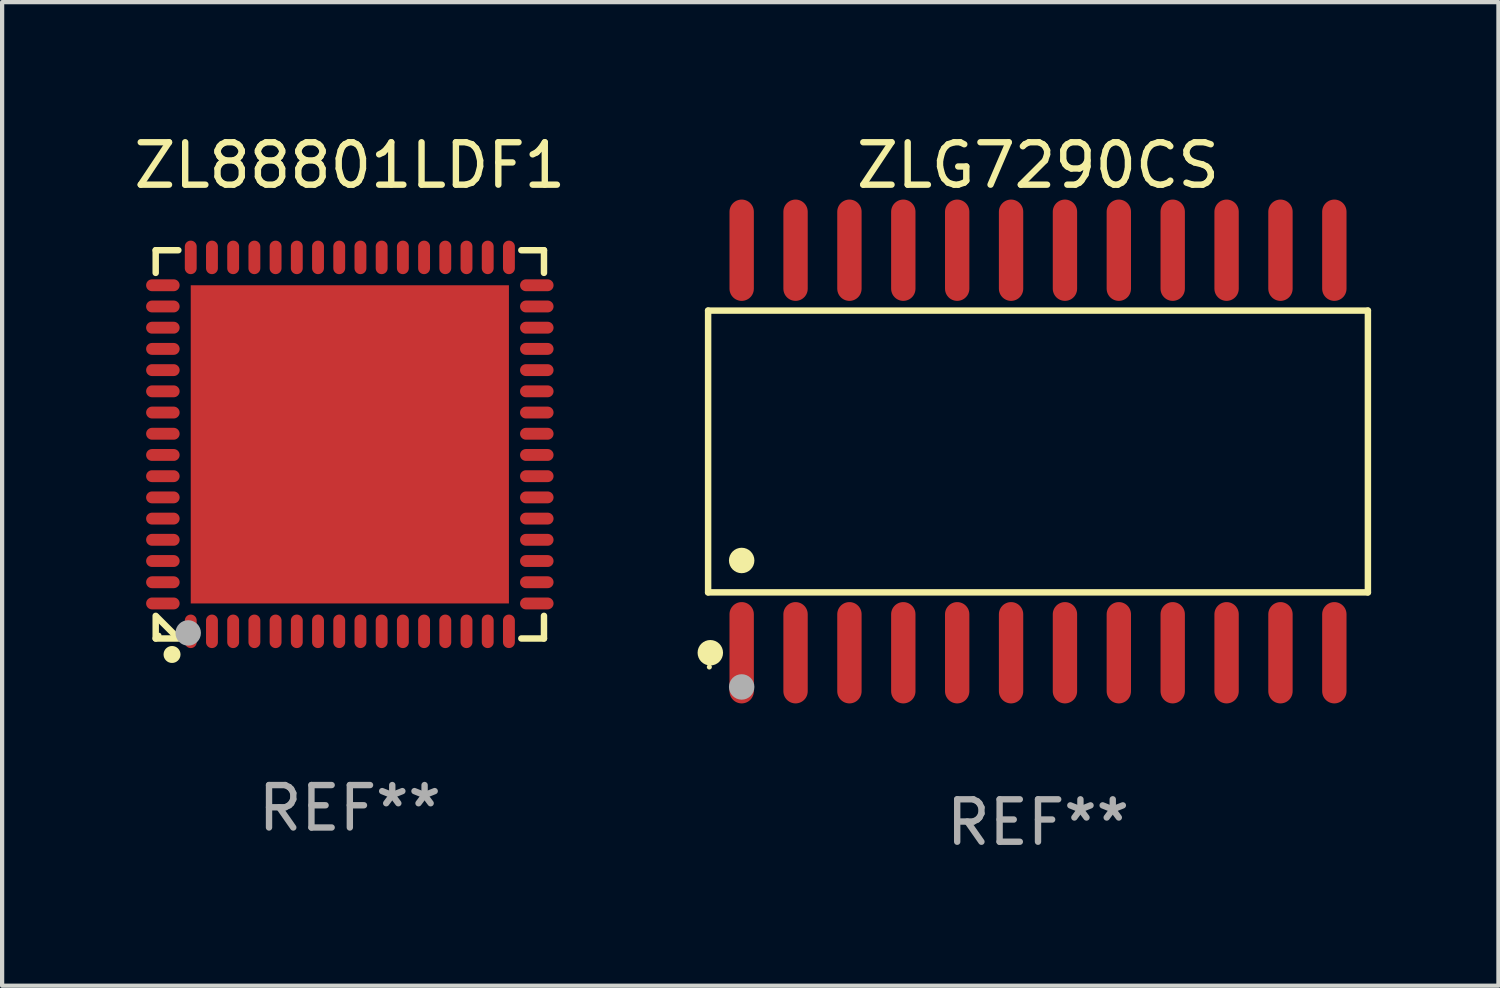
<source format=kicad_pcb>
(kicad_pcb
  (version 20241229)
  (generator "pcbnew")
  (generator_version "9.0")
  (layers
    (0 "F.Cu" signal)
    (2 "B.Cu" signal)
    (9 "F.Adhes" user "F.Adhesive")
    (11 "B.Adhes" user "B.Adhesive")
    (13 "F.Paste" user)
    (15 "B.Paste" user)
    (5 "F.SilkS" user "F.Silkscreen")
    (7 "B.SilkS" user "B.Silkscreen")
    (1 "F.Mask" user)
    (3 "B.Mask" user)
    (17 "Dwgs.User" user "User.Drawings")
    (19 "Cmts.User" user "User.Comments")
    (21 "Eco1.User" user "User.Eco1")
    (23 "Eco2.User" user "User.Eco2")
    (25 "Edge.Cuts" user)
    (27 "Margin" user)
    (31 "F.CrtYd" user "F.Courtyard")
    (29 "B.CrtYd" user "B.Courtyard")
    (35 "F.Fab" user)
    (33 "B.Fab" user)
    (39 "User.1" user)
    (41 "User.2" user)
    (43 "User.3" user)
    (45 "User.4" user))
  (footprint "ZL88801LDF1"
    (layer "F.Cu")
    (at 5.196 7.424)
    (property "Reference" "ZL88801LDF1" (at 0 -6.576 0) (layer "F.SilkS") (effects (font (size 1 1) (thickness 0.15))))
    (attr through_hole)
    (fp_line (start -4.576 -4.576) (end -4.576 -4.042) (stroke (width 0.152) (type solid)) (layer "F.SilkS"))
    (fp_line (start -4.576 4.576) (end -4.576 4.042) (stroke (width 0.152) (type solid)) (layer "F.SilkS"))
    (fp_line (start -4.069 4.549) (end -4.549 4.069) (stroke (width 0.152) (type solid)) (layer "F.SilkS"))
    (fp_line (start -4.042 -4.576) (end -4.576 -4.576) (stroke (width 0.152) (type solid)) (layer "F.SilkS"))
    (fp_line (start -4.042 4.576) (end -4.576 4.576) (stroke (width 0.152) (type solid)) (layer "F.SilkS"))
    (fp_line (start 4.042 -4.576) (end 4.576 -4.576) (stroke (width 0.152) (type solid)) (layer "F.SilkS"))
    (fp_line (start 4.042 4.576) (end 4.576 4.576) (stroke (width 0.152) (type solid)) (layer "F.SilkS"))
    (fp_line (start 4.576 -4.576) (end 4.576 -4.042) (stroke (width 0.152) (type solid)) (layer "F.SilkS"))
    (fp_line (start 4.576 4.576) (end 4.576 4.042) (stroke (width 0.152) (type solid)) (layer "F.SilkS"))
    (fp_circle (center -4.5 4.5) (end -4.47 4.5) (stroke (width 0.06) (type solid)) (fill no) (layer "F.SilkS"))
    (fp_circle (center -4.191 4.953) (end -4.091 4.953) (stroke (width 0.2) (type solid)) (fill no) (layer "F.SilkS"))
    (fp_circle (center -3.81 4.445) (end -3.66 4.445) (stroke (width 0.3) (type solid)) (fill no) (layer "F.Fab"))
    (fp_text user "REF**" (at 0 8.576 0) (layer "F.Fab") (effects (font (size 1 1) (thickness 0.15))))
    (pad "1" smd oval (at -3.75 4.407) (size 0.28 0.79) (layers "F.Cu" "F.Mask" "F.Paste"))
    (pad "2" smd oval (at -3.25 4.407) (size 0.28 0.79) (layers "F.Cu" "F.Mask" "F.Paste"))
    (pad "3" smd oval (at -2.75 4.407) (size 0.28 0.79) (layers "F.Cu" "F.Mask" "F.Paste"))
    (pad "4" smd oval (at -2.25 4.407) (size 0.28 0.79) (layers "F.Cu" "F.Mask" "F.Paste"))
    (pad "5" smd oval (at -1.75 4.407) (size 0.28 0.79) (layers "F.Cu" "F.Mask" "F.Paste"))
    (pad "6" smd oval (at -1.25 4.407) (size 0.28 0.79) (layers "F.Cu" "F.Mask" "F.Paste"))
    (pad "7" smd oval (at -0.75 4.407) (size 0.28 0.79) (layers "F.Cu" "F.Mask" "F.Paste"))
    (pad "8" smd oval (at -0.25 4.407) (size 0.28 0.79) (layers "F.Cu" "F.Mask" "F.Paste"))
    (pad "9" smd oval (at 0.25 4.407) (size 0.28 0.79) (layers "F.Cu" "F.Mask" "F.Paste"))
    (pad "10" smd oval (at 0.75 4.407) (size 0.28 0.79) (layers "F.Cu" "F.Mask" "F.Paste"))
    (pad "11" smd oval (at 1.25 4.407) (size 0.28 0.79) (layers "F.Cu" "F.Mask" "F.Paste"))
    (pad "12" smd oval (at 1.75 4.407) (size 0.28 0.79) (layers "F.Cu" "F.Mask" "F.Paste"))
    (pad "13" smd oval (at 2.25 4.407) (size 0.28 0.79) (layers "F.Cu" "F.Mask" "F.Paste"))
    (pad "14" smd oval (at 2.75 4.407) (size 0.28 0.79) (layers "F.Cu" "F.Mask" "F.Paste"))
    (pad "15" smd oval (at 3.25 4.407) (size 0.28 0.79) (layers "F.Cu" "F.Mask" "F.Paste"))
    (pad "16" smd oval (at 3.75 4.407) (size 0.28 0.79) (layers "F.Cu" "F.Mask" "F.Paste"))
    (pad "17" smd oval (at 4.407 3.75) (size 0.79 0.28) (layers "F.Cu" "F.Mask" "F.Paste"))
    (pad "18" smd oval (at 4.407 3.25) (size 0.79 0.28) (layers "F.Cu" "F.Mask" "F.Paste"))
    (pad "19" smd oval (at 4.407 2.75) (size 0.79 0.28) (layers "F.Cu" "F.Mask" "F.Paste"))
    (pad "20" smd oval (at 4.407 2.25) (size 0.79 0.28) (layers "F.Cu" "F.Mask" "F.Paste"))
    (pad "21" smd oval (at 4.407 1.75) (size 0.79 0.28) (layers "F.Cu" "F.Mask" "F.Paste"))
    (pad "22" smd oval (at 4.407 1.25) (size 0.79 0.28) (layers "F.Cu" "F.Mask" "F.Paste"))
    (pad "23" smd oval (at 4.407 0.75) (size 0.79 0.28) (layers "F.Cu" "F.Mask" "F.Paste"))
    (pad "24" smd oval (at 4.407 0.25) (size 0.79 0.28) (layers "F.Cu" "F.Mask" "F.Paste"))
    (pad "25" smd oval (at 4.407 -0.25) (size 0.79 0.28) (layers "F.Cu" "F.Mask" "F.Paste"))
    (pad "26" smd oval (at 4.407 -0.75) (size 0.79 0.28) (layers "F.Cu" "F.Mask" "F.Paste"))
    (pad "27" smd oval (at 4.407 -1.25) (size 0.79 0.28) (layers "F.Cu" "F.Mask" "F.Paste"))
    (pad "28" smd oval (at 4.407 -1.75) (size 0.79 0.28) (layers "F.Cu" "F.Mask" "F.Paste"))
    (pad "29" smd oval (at 4.407 -2.25) (size 0.79 0.28) (layers "F.Cu" "F.Mask" "F.Paste"))
    (pad "30" smd oval (at 4.407 -2.75) (size 0.79 0.28) (layers "F.Cu" "F.Mask" "F.Paste"))
    (pad "31" smd oval (at 4.407 -3.25) (size 0.79 0.28) (layers "F.Cu" "F.Mask" "F.Paste"))
    (pad "32" smd oval (at 4.407 -3.75) (size 0.79 0.28) (layers "F.Cu" "F.Mask" "F.Paste"))
    (pad "33" smd oval (at 3.75 -4.407) (size 0.28 0.79) (layers "F.Cu" "F.Mask" "F.Paste"))
    (pad "34" smd oval (at 3.25 -4.407) (size 0.28 0.79) (layers "F.Cu" "F.Mask" "F.Paste"))
    (pad "35" smd oval (at 2.75 -4.407) (size 0.28 0.79) (layers "F.Cu" "F.Mask" "F.Paste"))
    (pad "36" smd oval (at 2.25 -4.407) (size 0.28 0.79) (layers "F.Cu" "F.Mask" "F.Paste"))
    (pad "37" smd oval (at 1.75 -4.407) (size 0.28 0.79) (layers "F.Cu" "F.Mask" "F.Paste"))
    (pad "38" smd oval (at 1.25 -4.407) (size 0.28 0.79) (layers "F.Cu" "F.Mask" "F.Paste"))
    (pad "39" smd oval (at 0.75 -4.407) (size 0.28 0.79) (layers "F.Cu" "F.Mask" "F.Paste"))
    (pad "40" smd oval (at 0.25 -4.407) (size 0.28 0.79) (layers "F.Cu" "F.Mask" "F.Paste"))
    (pad "41" smd oval (at -0.25 -4.407) (size 0.28 0.79) (layers "F.Cu" "F.Mask" "F.Paste"))
    (pad "42" smd oval (at -0.75 -4.407) (size 0.28 0.79) (layers "F.Cu" "F.Mask" "F.Paste"))
    (pad "43" smd oval (at -1.25 -4.407) (size 0.28 0.79) (layers "F.Cu" "F.Mask" "F.Paste"))
    (pad "44" smd oval (at -1.75 -4.407) (size 0.28 0.79) (layers "F.Cu" "F.Mask" "F.Paste"))
    (pad "45" smd oval (at -2.25 -4.407) (size 0.28 0.79) (layers "F.Cu" "F.Mask" "F.Paste"))
    (pad "46" smd oval (at -2.75 -4.407) (size 0.28 0.79) (layers "F.Cu" "F.Mask" "F.Paste"))
    (pad "47" smd oval (at -3.25 -4.407) (size 0.28 0.79) (layers "F.Cu" "F.Mask" "F.Paste"))
    (pad "48" smd oval (at -3.75 -4.407) (size 0.28 0.79) (layers "F.Cu" "F.Mask" "F.Paste"))
    (pad "49" smd oval (at -4.407 -3.75) (size 0.79 0.28) (layers "F.Cu" "F.Mask" "F.Paste"))
    (pad "50" smd oval (at -4.407 -3.25) (size 0.79 0.28) (layers "F.Cu" "F.Mask" "F.Paste"))
    (pad "51" smd oval (at -4.407 -2.75) (size 0.79 0.28) (layers "F.Cu" "F.Mask" "F.Paste"))
    (pad "52" smd oval (at -4.407 -2.25) (size 0.79 0.28) (layers "F.Cu" "F.Mask" "F.Paste"))
    (pad "53" smd oval (at -4.407 -1.75) (size 0.79 0.28) (layers "F.Cu" "F.Mask" "F.Paste"))
    (pad "54" smd oval (at -4.407 -1.25) (size 0.79 0.28) (layers "F.Cu" "F.Mask" "F.Paste"))
    (pad "55" smd oval (at -4.407 -0.75) (size 0.79 0.28) (layers "F.Cu" "F.Mask" "F.Paste"))
    (pad "56" smd oval (at -4.407 -0.25) (size 0.79 0.28) (layers "F.Cu" "F.Mask" "F.Paste"))
    (pad "57" smd oval (at -4.407 0.25) (size 0.79 0.28) (layers "F.Cu" "F.Mask" "F.Paste"))
    (pad "58" smd oval (at -4.407 0.75) (size 0.79 0.28) (layers "F.Cu" "F.Mask" "F.Paste"))
    (pad "59" smd oval (at -4.407 1.25) (size 0.79 0.28) (layers "F.Cu" "F.Mask" "F.Paste"))
    (pad "60" smd oval (at -4.407 1.75) (size 0.79 0.28) (layers "F.Cu" "F.Mask" "F.Paste"))
    (pad "61" smd oval (at -4.407 2.25) (size 0.79 0.28) (layers "F.Cu" "F.Mask" "F.Paste"))
    (pad "62" smd oval (at -4.407 2.75) (size 0.79 0.28) (layers "F.Cu" "F.Mask" "F.Paste"))
    (pad "63" smd oval (at -4.407 3.25) (size 0.79 0.28) (layers "F.Cu" "F.Mask" "F.Paste"))
    (pad "64" smd oval (at -4.407 3.75) (size 0.79 0.28) (layers "F.Cu" "F.Mask" "F.Paste"))
    (pad "65" smd rect (at 0 0) (size 7.5 7.5) (layers "F.Cu" "F.Mask" "F.Paste")))
  (footprint "ZLG7290CS"
    (layer "F.Cu")
    (at 21.417 7.592)
    (property "Reference" "ZLG7290CS" (at 0 -6.744 0) (layer "F.SilkS") (effects (font (size 1 1) (thickness 0.15))))
    (attr through_hole)
    (fp_line (start -7.776 -3.321) (end 7.776 -3.321) (stroke (width 0.152) (type solid)) (layer "F.SilkS"))
    (fp_line (start -7.776 3.321) (end -7.776 -3.321) (stroke (width 0.152) (type solid)) (layer "F.SilkS"))
    (fp_line (start 7.776 -3.321) (end 7.776 3.321) (stroke (width 0.152) (type solid)) (layer "F.SilkS"))
    (fp_line (start 7.776 3.321) (end -7.776 3.321) (stroke (width 0.152) (type solid)) (layer "F.SilkS"))
    (fp_circle (center -7.747 5.08) (end -7.717 5.08) (stroke (width 0.06) (type solid)) (fill no) (layer "F.SilkS"))
    (fp_circle (center -7.724 4.744) (end -7.574 4.744) (stroke (width 0.3) (type solid)) (fill no) (layer "F.SilkS"))
    (fp_circle (center -6.985 2.569) (end -6.835 2.569) (stroke (width 0.3) (type solid)) (fill no) (layer "F.SilkS"))
    (fp_circle (center -6.985 5.55) (end -6.835 5.55) (stroke (width 0.3) (type solid)) (fill no) (layer "F.Fab"))
    (fp_text user "REF**" (at 0 8.744 0) (layer "F.Fab") (effects (font (size 1 1) (thickness 0.15))))
    (pad "1" smd oval (at -6.985 4.744) (size 0.574 2.388) (layers "F.Cu" "F.Mask" "F.Paste"))
    (pad "2" smd oval (at -5.715 4.744) (size 0.574 2.388) (layers "F.Cu" "F.Mask" "F.Paste"))
    (pad "3" smd oval (at -4.445 4.744) (size 0.574 2.388) (layers "F.Cu" "F.Mask" "F.Paste"))
    (pad "4" smd oval (at -3.175 4.744) (size 0.574 2.388) (layers "F.Cu" "F.Mask" "F.Paste"))
    (pad "5" smd oval (at -1.905 4.744) (size 0.574 2.388) (layers "F.Cu" "F.Mask" "F.Paste"))
    (pad "6" smd oval (at -0.635 4.744) (size 0.574 2.388) (layers "F.Cu" "F.Mask" "F.Paste"))
    (pad "7" smd oval (at 0.635 4.744) (size 0.574 2.388) (layers "F.Cu" "F.Mask" "F.Paste"))
    (pad "8" smd oval (at 1.905 4.744) (size 0.574 2.388) (layers "F.Cu" "F.Mask" "F.Paste"))
    (pad "9" smd oval (at 3.175 4.744) (size 0.574 2.388) (layers "F.Cu" "F.Mask" "F.Paste"))
    (pad "10" smd oval (at 4.445 4.744) (size 0.574 2.388) (layers "F.Cu" "F.Mask" "F.Paste"))
    (pad "11" smd oval (at 5.715 4.744) (size 0.574 2.388) (layers "F.Cu" "F.Mask" "F.Paste"))
    (pad "12" smd oval (at 6.985 4.744) (size 0.574 2.388) (layers "F.Cu" "F.Mask" "F.Paste"))
    (pad "13" smd oval (at 6.985 -4.744) (size 0.574 2.388) (layers "F.Cu" "F.Mask" "F.Paste"))
    (pad "14" smd oval (at 5.715 -4.744) (size 0.574 2.388) (layers "F.Cu" "F.Mask" "F.Paste"))
    (pad "15" smd oval (at 4.445 -4.744) (size 0.574 2.388) (layers "F.Cu" "F.Mask" "F.Paste"))
    (pad "16" smd oval (at 3.175 -4.744) (size 0.574 2.388) (layers "F.Cu" "F.Mask" "F.Paste"))
    (pad "17" smd oval (at 1.905 -4.744) (size 0.574 2.388) (layers "F.Cu" "F.Mask" "F.Paste"))
    (pad "18" smd oval (at 0.635 -4.744) (size 0.574 2.388) (layers "F.Cu" "F.Mask" "F.Paste"))
    (pad "19" smd oval (at -0.635 -4.744) (size 0.574 2.388) (layers "F.Cu" "F.Mask" "F.Paste"))
    (pad "20" smd oval (at -1.905 -4.744) (size 0.574 2.388) (layers "F.Cu" "F.Mask" "F.Paste"))
    (pad "21" smd oval (at -3.175 -4.744) (size 0.574 2.388) (layers "F.Cu" "F.Mask" "F.Paste"))
    (pad "22" smd oval (at -4.445 -4.744) (size 0.574 2.388) (layers "F.Cu" "F.Mask" "F.Paste"))
    (pad "23" smd oval (at -5.715 -4.744) (size 0.574 2.388) (layers "F.Cu" "F.Mask" "F.Paste"))
    (pad "24" smd oval (at -6.985 -4.744) (size 0.574 2.388) (layers "F.Cu" "F.Mask" "F.Paste")))
  (gr_rect
    (start -3 -3)
    (end 32.27 20.184)
    (stroke (width 0.1) (type default))
    (fill no)
    (layer "Edge.Cuts")))
</source>
